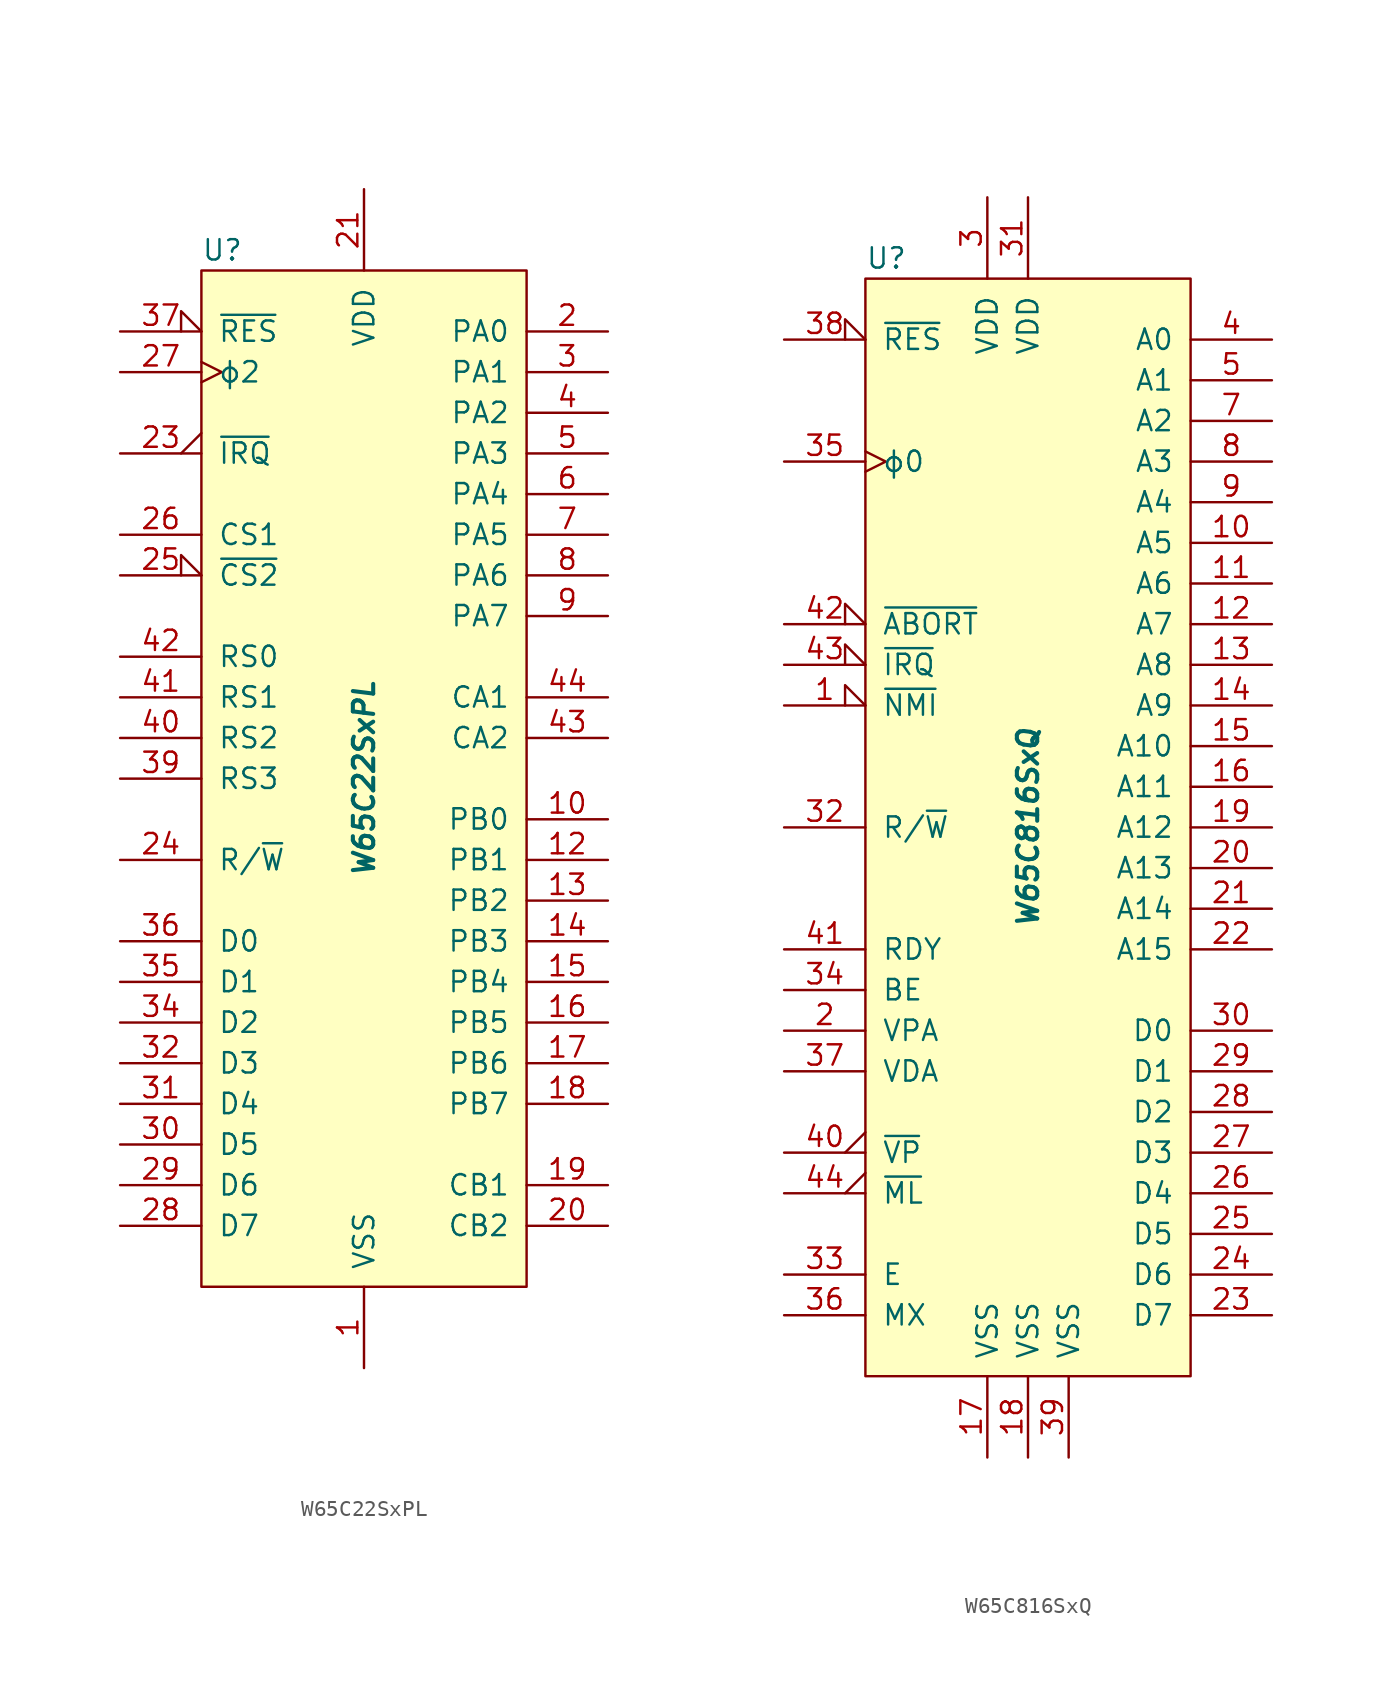
<source format=kicad_sym>
(kicad_symbol_lib
  (version 20201005)
  (generator kicad_symbol_editor)
  (symbol "W65C22SxPL"
    (pin_names
      (offset 1.016))
    (property "Reference" "U"
      (at -10.16 33.02 0)
      (effects (font (size 1.27 1.27)) (justify left)))
    (property "Value" "W65C22SxPL"
      (at 0 0 90)
      (effects (font (size 1.27 1.27) bold italic)))
    (symbol "W65C22SxPL_0_1"
      (rectangle (start -10.16 31.75) (end 10.16 -31.75) (stroke (width 0)) (fill (type background))))
    (symbol "W65C22SxPL_1_1"
      (pin power_in line (at 0 -36.83 90) (length 5.08) (name "VSS" (effects (font (size 1.27 1.27)))) (number "1" (effects (font (size 1.27 1.27)))))
      (pin bidirectional line (at 15.24 -2.54 180) (length 5.08) (name "PB0" (effects (font (size 1.27 1.27)))) (number "10" (effects (font (size 1.27 1.27)))))
      (pin unconnected non_logic (at -10.16 22.86 0) (length 2.54) hide (name "nc" (effects (font (size 1.27 1.27)))) (number "11" (effects (font (size 1.27 1.27)))))
      (pin bidirectional line (at 15.24 -5.08 180) (length 5.08) (name "PB1" (effects (font (size 1.27 1.27)))) (number "12" (effects (font (size 1.27 1.27)))))
      (pin bidirectional line (at 15.24 -7.62 180) (length 5.08) (name "PB2" (effects (font (size 1.27 1.27)))) (number "13" (effects (font (size 1.27 1.27)))))
      (pin bidirectional line (at 15.24 -10.16 180) (length 5.08) (name "PB3" (effects (font (size 1.27 1.27)))) (number "14" (effects (font (size 1.27 1.27)))))
      (pin bidirectional line (at 15.24 -12.7 180) (length 5.08) (name "PB4" (effects (font (size 1.27 1.27)))) (number "15" (effects (font (size 1.27 1.27)))))
      (pin bidirectional line (at 15.24 -15.24 180) (length 5.08) (name "PB5" (effects (font (size 1.27 1.27)))) (number "16" (effects (font (size 1.27 1.27)))))
      (pin bidirectional line (at 15.24 -17.78 180) (length 5.08) (name "PB6" (effects (font (size 1.27 1.27)))) (number "17" (effects (font (size 1.27 1.27)))))
      (pin bidirectional line (at 15.24 -20.32 180) (length 5.08) (name "PB7" (effects (font (size 1.27 1.27)))) (number "18" (effects (font (size 1.27 1.27)))))
      (pin input line (at 15.24 -25.4 180) (length 5.08) (name "CB1" (effects (font (size 1.27 1.27)))) (number "19" (effects (font (size 1.27 1.27)))))
      (pin bidirectional line (at 15.24 27.94 180) (length 5.08) (name "PA0" (effects (font (size 1.27 1.27)))) (number "2" (effects (font (size 1.27 1.27)))))
      (pin bidirectional line (at 15.24 -27.94 180) (length 5.08) (name "CB2" (effects (font (size 1.27 1.27)))) (number "20" (effects (font (size 1.27 1.27)))))
      (pin power_in line (at 0 36.83 270) (length 5.08) (name "VDD" (effects (font (size 1.27 1.27)))) (number "21" (effects (font (size 1.27 1.27)))))
      (pin unconnected non_logic (at -10.16 17.78 0) (length 2.54) hide (name "nc" (effects (font (size 1.27 1.27)))) (number "22" (effects (font (size 1.27 1.27)))))
      (pin output output_low (at -15.24 20.32 0) (length 5.08) (name "~IRQ" (effects (font (size 1.27 1.27)))) (number "23" (effects (font (size 1.27 1.27)))))
      (pin input line (at -15.24 -5.08 0) (length 5.08) (name "R/~W" (effects (font (size 1.27 1.27)))) (number "24" (effects (font (size 1.27 1.27)))))
      (pin input input_low (at -15.24 12.7 0) (length 5.08) (name "~CS2" (effects (font (size 1.27 1.27)))) (number "25" (effects (font (size 1.27 1.27)))))
      (pin input line (at -15.24 15.24 0) (length 5.08) (name "CS1" (effects (font (size 1.27 1.27)))) (number "26" (effects (font (size 1.27 1.27)))))
      (pin input clock (at -15.24 25.4 0) (length 5.08) (name "ϕ2" (effects (font (size 1.27 1.27)))) (number "27" (effects (font (size 1.27 1.27)))))
      (pin bidirectional line (at -15.24 -27.94 0) (length 5.08) (name "D7" (effects (font (size 1.27 1.27)))) (number "28" (effects (font (size 1.27 1.27)))))
      (pin bidirectional line (at -15.24 -25.4 0) (length 5.08) (name "D6" (effects (font (size 1.27 1.27)))) (number "29" (effects (font (size 1.27 1.27)))))
      (pin bidirectional line (at 15.24 25.4 180) (length 5.08) (name "PA1" (effects (font (size 1.27 1.27)))) (number "3" (effects (font (size 1.27 1.27)))))
      (pin bidirectional line (at -15.24 -22.86 0) (length 5.08) (name "D5" (effects (font (size 1.27 1.27)))) (number "30" (effects (font (size 1.27 1.27)))))
      (pin bidirectional line (at -15.24 -20.32 0) (length 5.08) (name "D4" (effects (font (size 1.27 1.27)))) (number "31" (effects (font (size 1.27 1.27)))))
      (pin bidirectional line (at -15.24 -17.78 0) (length 5.08) (name "D3" (effects (font (size 1.27 1.27)))) (number "32" (effects (font (size 1.27 1.27)))))
      (pin unconnected non_logic (at -10.16 10.16 0) (length 2.54) hide (name "nc" (effects (font (size 1.27 1.27)))) (number "33" (effects (font (size 1.27 1.27)))))
      (pin bidirectional line (at -15.24 -15.24 0) (length 5.08) (name "D2" (effects (font (size 1.27 1.27)))) (number "34" (effects (font (size 1.27 1.27)))))
      (pin bidirectional line (at -15.24 -12.7 0) (length 5.08) (name "D1" (effects (font (size 1.27 1.27)))) (number "35" (effects (font (size 1.27 1.27)))))
      (pin bidirectional line (at -15.24 -10.16 0) (length 5.08) (name "D0" (effects (font (size 1.27 1.27)))) (number "36" (effects (font (size 1.27 1.27)))))
      (pin input input_low (at -15.24 27.94 0) (length 5.08) (name "~RES" (effects (font (size 1.27 1.27)))) (number "37" (effects (font (size 1.27 1.27)))))
      (pin unconnected non_logic (at -10.16 -2.54 0) (length 2.54) hide (name "nc" (effects (font (size 1.27 1.27)))) (number "38" (effects (font (size 1.27 1.27)))))
      (pin input line (at -15.24 0 0) (length 5.08) (name "RS3" (effects (font (size 1.27 1.27)))) (number "39" (effects (font (size 1.27 1.27)))))
      (pin bidirectional line (at 15.24 22.86 180) (length 5.08) (name "PA2" (effects (font (size 1.27 1.27)))) (number "4" (effects (font (size 1.27 1.27)))))
      (pin input line (at -15.24 2.54 0) (length 5.08) (name "RS2" (effects (font (size 1.27 1.27)))) (number "40" (effects (font (size 1.27 1.27)))))
      (pin input line (at -15.24 5.08 0) (length 5.08) (name "RS1" (effects (font (size 1.27 1.27)))) (number "41" (effects (font (size 1.27 1.27)))))
      (pin input line (at -15.24 7.62 0) (length 5.08) (name "RS0" (effects (font (size 1.27 1.27)))) (number "42" (effects (font (size 1.27 1.27)))))
      (pin bidirectional line (at 15.24 2.54 180) (length 5.08) (name "CA2" (effects (font (size 1.27 1.27)))) (number "43" (effects (font (size 1.27 1.27)))))
      (pin input line (at 15.24 5.08 180) (length 5.08) (name "CA1" (effects (font (size 1.27 1.27)))) (number "44" (effects (font (size 1.27 1.27)))))
      (pin bidirectional line (at 15.24 20.32 180) (length 5.08) (name "PA3" (effects (font (size 1.27 1.27)))) (number "5" (effects (font (size 1.27 1.27)))))
      (pin bidirectional line (at 15.24 17.78 180) (length 5.08) (name "PA4" (effects (font (size 1.27 1.27)))) (number "6" (effects (font (size 1.27 1.27)))))
      (pin bidirectional line (at 15.24 15.24 180) (length 5.08) (name "PA5" (effects (font (size 1.27 1.27)))) (number "7" (effects (font (size 1.27 1.27)))))
      (pin bidirectional line (at 15.24 12.7 180) (length 5.08) (name "PA6" (effects (font (size 1.27 1.27)))) (number "8" (effects (font (size 1.27 1.27)))))
      (pin bidirectional line (at 15.24 10.16 180) (length 5.08) (name "PA7" (effects (font (size 1.27 1.27)))) (number "9" (effects (font (size 1.27 1.27)))))))
  (symbol "W65C816SxQ"
    (pin_names
      (offset 1.016))
    (property "Reference" "U"
      (at -10.16 35.56 0)
      (effects (font (size 1.27 1.27)) (justify left)))
    (property "Value" "W65C816SxQ"
      (at 0 0 90)
      (effects (font (size 1.27 1.27) bold italic)))
    (symbol "W65C816SxQ_0_1"
      (rectangle (start -10.16 34.29) (end 10.16 -34.29) (stroke (width 0)) (fill (type background))))
    (symbol "W65C816SxQ_1_1"
      (pin input input_low (at -15.24 7.62 0) (length 5.08) (name "~NMI" (effects (font (size 1.27 1.27)))) (number "1" (effects (font (size 1.27 1.27)))))
      (pin tri_state line (at 15.24 17.78 180) (length 5.08) (name "A5" (effects (font (size 1.27 1.27)))) (number "10" (effects (font (size 1.27 1.27)))))
      (pin tri_state line (at 15.24 15.24 180) (length 5.08) (name "A6" (effects (font (size 1.27 1.27)))) (number "11" (effects (font (size 1.27 1.27)))))
      (pin tri_state line (at 15.24 12.7 180) (length 5.08) (name "A7" (effects (font (size 1.27 1.27)))) (number "12" (effects (font (size 1.27 1.27)))))
      (pin tri_state line (at 15.24 10.16 180) (length 5.08) (name "A8" (effects (font (size 1.27 1.27)))) (number "13" (effects (font (size 1.27 1.27)))))
      (pin tri_state line (at 15.24 7.62 180) (length 5.08) (name "A9" (effects (font (size 1.27 1.27)))) (number "14" (effects (font (size 1.27 1.27)))))
      (pin tri_state line (at 15.24 5.08 180) (length 5.08) (name "A10" (effects (font (size 1.27 1.27)))) (number "15" (effects (font (size 1.27 1.27)))))
      (pin tri_state line (at 15.24 2.54 180) (length 5.08) (name "A11" (effects (font (size 1.27 1.27)))) (number "16" (effects (font (size 1.27 1.27)))))
      (pin power_in line (at -2.54 -39.37 90) (length 5.08) (name "VSS" (effects (font (size 1.27 1.27)))) (number "17" (effects (font (size 1.27 1.27)))))
      (pin power_in line (at 0 -39.37 90) (length 5.08) (name "VSS" (effects (font (size 1.27 1.27)))) (number "18" (effects (font (size 1.27 1.27)))))
      (pin tri_state line (at 15.24 0 180) (length 5.08) (name "A12" (effects (font (size 1.27 1.27)))) (number "19" (effects (font (size 1.27 1.27)))))
      (pin output line (at -15.24 -12.7 0) (length 5.08) (name "VPA" (effects (font (size 1.27 1.27)))) (number "2" (effects (font (size 1.27 1.27)))))
      (pin tri_state line (at 15.24 -2.54 180) (length 5.08) (name "A13" (effects (font (size 1.27 1.27)))) (number "20" (effects (font (size 1.27 1.27)))))
      (pin tri_state line (at 15.24 -5.08 180) (length 5.08) (name "A14" (effects (font (size 1.27 1.27)))) (number "21" (effects (font (size 1.27 1.27)))))
      (pin tri_state line (at 15.24 -7.62 180) (length 5.08) (name "A15" (effects (font (size 1.27 1.27)))) (number "22" (effects (font (size 1.27 1.27)))))
      (pin bidirectional line (at 15.24 -30.48 180) (length 5.08) (name "D7" (effects (font (size 1.27 1.27)))) (number "23" (effects (font (size 1.27 1.27)))))
      (pin bidirectional line (at 15.24 -27.94 180) (length 5.08) (name "D6" (effects (font (size 1.27 1.27)))) (number "24" (effects (font (size 1.27 1.27)))))
      (pin bidirectional line (at 15.24 -25.4 180) (length 5.08) (name "D5" (effects (font (size 1.27 1.27)))) (number "25" (effects (font (size 1.27 1.27)))))
      (pin bidirectional line (at 15.24 -22.86 180) (length 5.08) (name "D4" (effects (font (size 1.27 1.27)))) (number "26" (effects (font (size 1.27 1.27)))))
      (pin bidirectional line (at 15.24 -20.32 180) (length 5.08) (name "D3" (effects (font (size 1.27 1.27)))) (number "27" (effects (font (size 1.27 1.27)))))
      (pin bidirectional line (at 15.24 -17.78 180) (length 5.08) (name "D2" (effects (font (size 1.27 1.27)))) (number "28" (effects (font (size 1.27 1.27)))))
      (pin bidirectional line (at 15.24 -15.24 180) (length 5.08) (name "D1" (effects (font (size 1.27 1.27)))) (number "29" (effects (font (size 1.27 1.27)))))
      (pin power_in line (at -2.54 39.37 270) (length 5.08) (name "VDD" (effects (font (size 1.27 1.27)))) (number "3" (effects (font (size 1.27 1.27)))))
      (pin bidirectional line (at 15.24 -12.7 180) (length 5.08) (name "D0" (effects (font (size 1.27 1.27)))) (number "30" (effects (font (size 1.27 1.27)))))
      (pin power_in line (at 0 39.37 270) (length 5.08) (name "VDD" (effects (font (size 1.27 1.27)))) (number "31" (effects (font (size 1.27 1.27)))))
      (pin tri_state line (at -15.24 0 0) (length 5.08) (name "R/~W" (effects (font (size 1.27 1.27)))) (number "32" (effects (font (size 1.27 1.27)))))
      (pin output line (at -15.24 -27.94 0) (length 5.08) (name "E" (effects (font (size 1.27 1.27)))) (number "33" (effects (font (size 1.27 1.27)))))
      (pin input line (at -15.24 -10.16 0) (length 5.08) (name "BE" (effects (font (size 1.27 1.27)))) (number "34" (effects (font (size 1.27 1.27)))))
      (pin input clock (at -15.24 22.86 0) (length 5.08) (name "ϕ0" (effects (font (size 1.27 1.27)))) (number "35" (effects (font (size 1.27 1.27)))))
      (pin output line (at -15.24 -30.48 0) (length 5.08) (name "MX" (effects (font (size 1.27 1.27)))) (number "36" (effects (font (size 1.27 1.27)))))
      (pin output line (at -15.24 -15.24 0) (length 5.08) (name "VDA" (effects (font (size 1.27 1.27)))) (number "37" (effects (font (size 1.27 1.27)))))
      (pin input input_low (at -15.24 30.48 0) (length 5.08) (name "~RES" (effects (font (size 1.27 1.27)))) (number "38" (effects (font (size 1.27 1.27)))))
      (pin power_in line (at 2.54 -39.37 90) (length 5.08) (name "VSS" (effects (font (size 1.27 1.27)))) (number "39" (effects (font (size 1.27 1.27)))))
      (pin tri_state line (at 15.24 30.48 180) (length 5.08) (name "A0" (effects (font (size 1.27 1.27)))) (number "4" (effects (font (size 1.27 1.27)))))
      (pin output output_low (at -15.24 -20.32 0) (length 5.08) (name "~VP" (effects (font (size 1.27 1.27)))) (number "40" (effects (font (size 1.27 1.27)))))
      (pin open_collector line (at -15.24 -7.62 0) (length 5.08) (name "RDY" (effects (font (size 1.27 1.27)))) (number "41" (effects (font (size 1.27 1.27)))))
      (pin input input_low (at -15.24 12.7 0) (length 5.08) (name "~ABORT" (effects (font (size 1.27 1.27)))) (number "42" (effects (font (size 1.27 1.27)))))
      (pin input input_low (at -15.24 10.16 0) (length 5.08) (name "~IRQ" (effects (font (size 1.27 1.27)))) (number "43" (effects (font (size 1.27 1.27)))))
      (pin output output_low (at -15.24 -22.86 0) (length 5.08) (name "~ML" (effects (font (size 1.27 1.27)))) (number "44" (effects (font (size 1.27 1.27)))))
      (pin tri_state line (at 15.24 27.94 180) (length 5.08) (name "A1" (effects (font (size 1.27 1.27)))) (number "5" (effects (font (size 1.27 1.27)))))
      (pin unconnected non_logic (at -10.16 -25.4 0) (length 2.54) hide (name "nc" (effects (font (size 1.27 1.27)))) (number "6" (effects (font (size 1.27 1.27)))))
      (pin tri_state line (at 15.24 25.4 180) (length 5.08) (name "A2" (effects (font (size 1.27 1.27)))) (number "7" (effects (font (size 1.27 1.27)))))
      (pin tri_state line (at 15.24 22.86 180) (length 5.08) (name "A3" (effects (font (size 1.27 1.27)))) (number "8" (effects (font (size 1.27 1.27)))))
      (pin tri_state line (at 15.24 20.32 180) (length 5.08) (name "A4" (effects (font (size 1.27 1.27)))) (number "9" (effects (font (size 1.27 1.27))))))))
</source>
